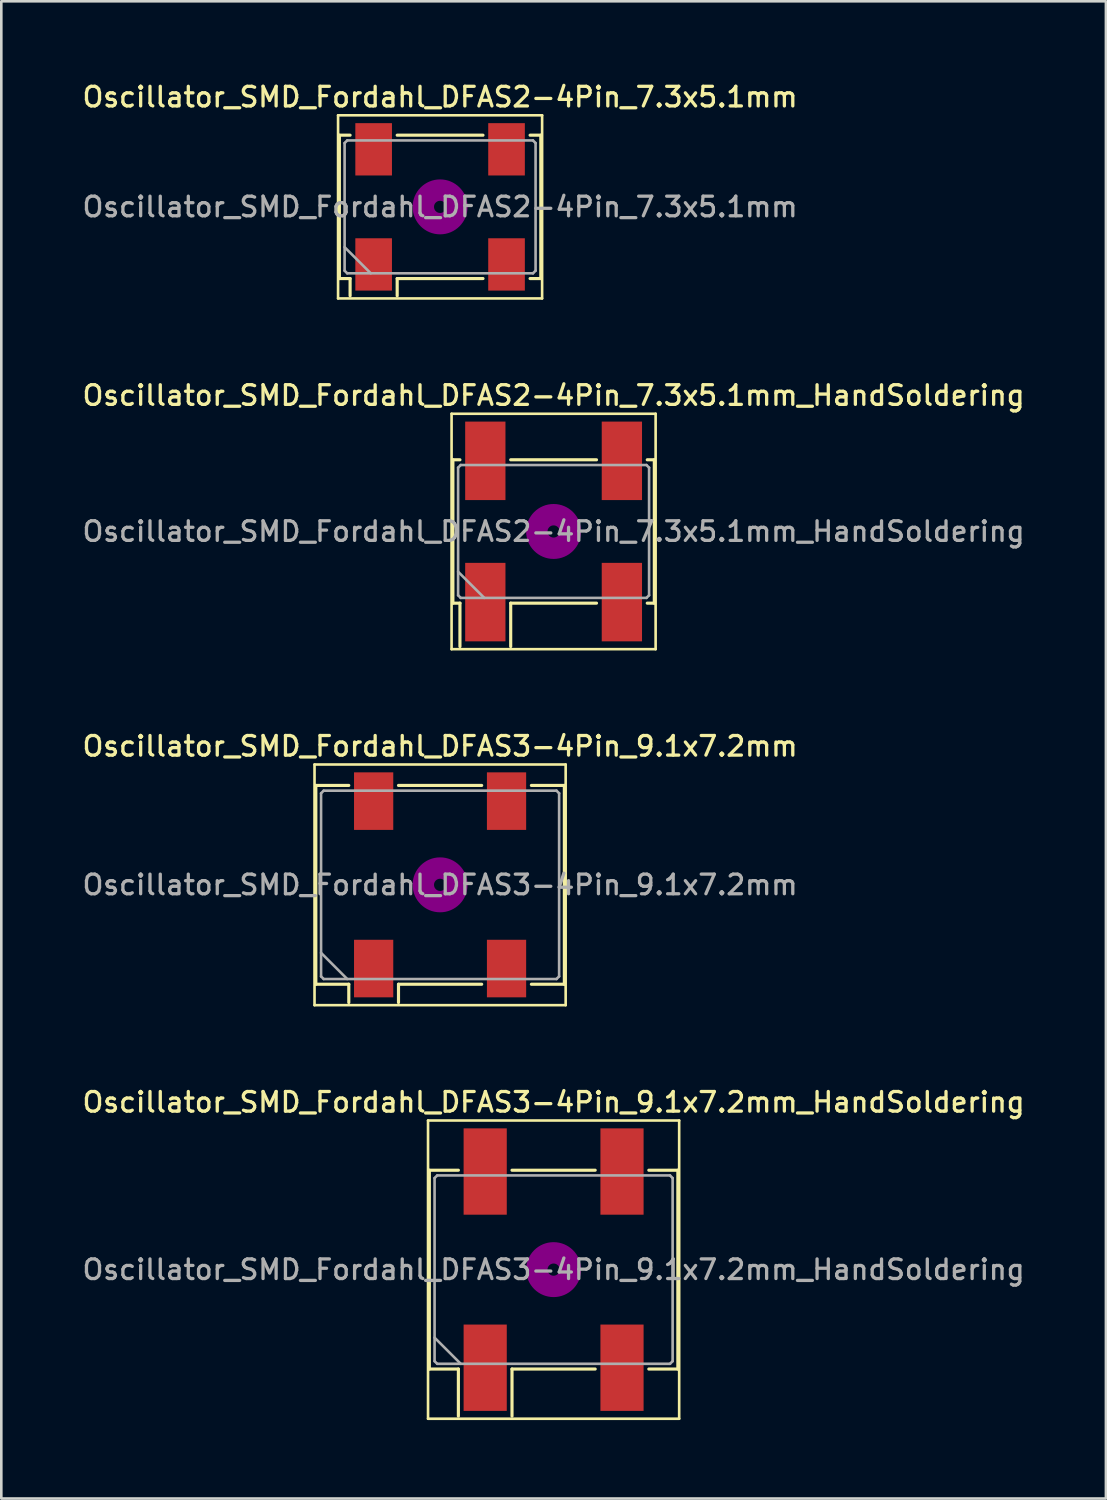
<source format=kicad_pcb>
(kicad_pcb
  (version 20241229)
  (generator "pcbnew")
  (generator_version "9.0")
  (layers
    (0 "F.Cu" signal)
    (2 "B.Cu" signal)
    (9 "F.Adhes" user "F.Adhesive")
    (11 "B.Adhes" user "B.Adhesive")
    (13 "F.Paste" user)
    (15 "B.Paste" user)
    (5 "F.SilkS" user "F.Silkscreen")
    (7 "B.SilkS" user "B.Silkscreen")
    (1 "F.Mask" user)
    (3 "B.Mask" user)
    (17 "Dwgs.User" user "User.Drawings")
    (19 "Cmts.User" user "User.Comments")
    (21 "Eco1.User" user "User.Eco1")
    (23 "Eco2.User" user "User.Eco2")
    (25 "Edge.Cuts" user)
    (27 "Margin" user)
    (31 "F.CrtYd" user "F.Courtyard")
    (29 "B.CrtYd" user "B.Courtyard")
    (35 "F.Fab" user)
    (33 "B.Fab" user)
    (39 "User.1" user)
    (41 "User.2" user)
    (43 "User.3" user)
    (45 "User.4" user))
  (footprint "Oscillator_SMD_Fordahl_DFAS2-4Pin_7.3x5.1mm_HandSoldering"
    (layer "F.Cu")
    (at 18.112 17.266)
    (property "Reference" "Oscillator_SMD_Fordahl_DFAS2-4Pin_7.3x5.1mm_HandSoldering" (at 0 -5.2 0) (layer "F.SilkS") (effects (font (size 0.75 0.75) (thickness 0.125))))
    (attr smd)
    (fp_line (start -3.9 -4.5) (end -3.9 4.5) (stroke (width 0.1) (type solid)) (layer "F.SilkS"))
    (fp_line (start -3.9 4.5) (end 3.9 4.5) (stroke (width 0.1) (type solid)) (layer "F.SilkS"))
    (fp_line (start -3.85 -2.74) (end -3.58 -2.74) (stroke (width 0.12) (type solid)) (layer "F.SilkS"))
    (fp_line (start -3.85 2.74) (end -3.85 -2.74) (stroke (width 0.12) (type solid)) (layer "F.SilkS"))
    (fp_line (start -3.58 2.74) (end -3.85 2.74) (stroke (width 0.12) (type solid)) (layer "F.SilkS"))
    (fp_line (start -3.58 4.4) (end -3.58 2.74) (stroke (width 0.12) (type solid)) (layer "F.SilkS"))
    (fp_line (start -1.64 -2.74) (end 1.64 -2.74) (stroke (width 0.12) (type solid)) (layer "F.SilkS"))
    (fp_line (start -1.64 2.74) (end -1.64 4.4) (stroke (width 0.12) (type solid)) (layer "F.SilkS"))
    (fp_line (start 1.64 2.74) (end -1.64 2.74) (stroke (width 0.12) (type solid)) (layer "F.SilkS"))
    (fp_line (start 3.58 -2.74) (end 3.85 -2.74) (stroke (width 0.12) (type solid)) (layer "F.SilkS"))
    (fp_line (start 3.85 -2.74) (end 3.85 2.74) (stroke (width 0.12) (type solid)) (layer "F.SilkS"))
    (fp_line (start 3.85 2.74) (end 3.58 2.74) (stroke (width 0.12) (type solid)) (layer "F.SilkS"))
    (fp_line (start 3.9 -4.5) (end -3.9 -4.5) (stroke (width 0.1) (type solid)) (layer "F.SilkS"))
    (fp_line (start 3.9 4.5) (end 3.9 -4.5) (stroke (width 0.1) (type solid)) (layer "F.SilkS"))
    (fp_circle (center 0 0) (end 0.233 0) (stroke (width 0.467) (type solid)) (fill no) (layer "F.Adhes"))
    (fp_circle (center 0 0) (end 0.533 0) (stroke (width 0.333) (type solid)) (fill no) (layer "F.Adhes"))
    (fp_circle (center 0 0) (end 0.833 0) (stroke (width 0.333) (type solid)) (fill no) (layer "F.Adhes"))
    (fp_circle (center 0 0) (end 1 0) (stroke (width 0.1) (type solid)) (fill no) (layer "F.Adhes"))
    (fp_line (start -3.65 -2.44) (end -3.55 -2.54) (stroke (width 0.1) (type solid)) (layer "F.Fab"))
    (fp_line (start -3.65 1.54) (end -2.65 2.54) (stroke (width 0.1) (type solid)) (layer "F.Fab"))
    (fp_line (start -3.65 2.44) (end -3.65 -2.44) (stroke (width 0.1) (type solid)) (layer "F.Fab"))
    (fp_line (start -3.55 -2.54) (end 3.55 -2.54) (stroke (width 0.1) (type solid)) (layer "F.Fab"))
    (fp_line (start -3.55 2.54) (end -3.65 2.44) (stroke (width 0.1) (type solid)) (layer "F.Fab"))
    (fp_line (start 3.55 -2.54) (end 3.65 -2.44) (stroke (width 0.1) (type solid)) (layer "F.Fab"))
    (fp_line (start 3.55 2.54) (end -3.55 2.54) (stroke (width 0.1) (type solid)) (layer "F.Fab"))
    (fp_line (start 3.65 -2.44) (end 3.65 2.44) (stroke (width 0.1) (type solid)) (layer "F.Fab"))
    (fp_line (start 3.65 2.44) (end 3.55 2.54) (stroke (width 0.1) (type solid)) (layer "F.Fab"))
    (fp_text user "${REFERENCE}" (at 0 0 0) (layer "F.Fab") (effects (font (size 0.75 0.75) (thickness 0.125))))
    (pad "1" smd rect (at -2.61 2.7) (size 1.54 3) (layers "F.Cu" "F.Mask" "F.Paste"))
    (pad "2" smd rect (at 2.61 2.7) (size 1.54 3) (layers "F.Cu" "F.Mask" "F.Paste"))
    (pad "3" smd rect (at 2.61 -2.7) (size 1.54 3) (layers "F.Cu" "F.Mask" "F.Paste"))
    (pad "4" smd rect (at -2.61 -2.7) (size 1.54 3) (layers "F.Cu" "F.Mask" "F.Paste")))
  (footprint "Oscillator_SMD_Fordahl_DFAS3-4Pin_9.1x7.2mm"
    (layer "F.Cu")
    (at 13.773 30.774)
    (property "Reference" "Oscillator_SMD_Fordahl_DFAS3-4Pin_9.1x7.2mm" (at 0 -5.3 0) (layer "F.SilkS") (effects (font (size 0.75 0.75) (thickness 0.125))))
    (attr smd)
    (fp_line (start -4.8 -4.6) (end -4.8 4.6) (stroke (width 0.1) (type solid)) (layer "F.SilkS"))
    (fp_line (start -4.8 4.6) (end 4.8 4.6) (stroke (width 0.1) (type solid)) (layer "F.SilkS"))
    (fp_line (start -4.75 -3.8) (end -3.49 -3.8) (stroke (width 0.12) (type solid)) (layer "F.SilkS"))
    (fp_line (start -4.75 3.8) (end -4.75 -3.8) (stroke (width 0.12) (type solid)) (layer "F.SilkS"))
    (fp_line (start -3.49 3.8) (end -4.75 3.8) (stroke (width 0.12) (type solid)) (layer "F.SilkS"))
    (fp_line (start -3.49 4.5) (end -3.49 3.8) (stroke (width 0.12) (type solid)) (layer "F.SilkS"))
    (fp_line (start -1.59 -3.8) (end 1.59 -3.8) (stroke (width 0.12) (type solid)) (layer "F.SilkS"))
    (fp_line (start -1.59 3.8) (end -1.59 4.5) (stroke (width 0.12) (type solid)) (layer "F.SilkS"))
    (fp_line (start 1.59 3.8) (end -1.59 3.8) (stroke (width 0.12) (type solid)) (layer "F.SilkS"))
    (fp_line (start 3.49 -3.8) (end 4.75 -3.8) (stroke (width 0.12) (type solid)) (layer "F.SilkS"))
    (fp_line (start 4.75 -3.8) (end 4.75 3.8) (stroke (width 0.12) (type solid)) (layer "F.SilkS"))
    (fp_line (start 4.75 3.8) (end 3.49 3.8) (stroke (width 0.12) (type solid)) (layer "F.SilkS"))
    (fp_line (start 4.8 -4.6) (end -4.8 -4.6) (stroke (width 0.1) (type solid)) (layer "F.SilkS"))
    (fp_line (start 4.8 4.6) (end 4.8 -4.6) (stroke (width 0.1) (type solid)) (layer "F.SilkS"))
    (fp_circle (center 0 0) (end 0.233 0) (stroke (width 0.467) (type solid)) (fill no) (layer "F.Adhes"))
    (fp_circle (center 0 0) (end 0.533 0) (stroke (width 0.333) (type solid)) (fill no) (layer "F.Adhes"))
    (fp_circle (center 0 0) (end 0.833 0) (stroke (width 0.333) (type solid)) (fill no) (layer "F.Adhes"))
    (fp_circle (center 0 0) (end 1 0) (stroke (width 0.1) (type solid)) (fill no) (layer "F.Adhes"))
    (fp_line (start -4.55 -3.5) (end -4.45 -3.6) (stroke (width 0.1) (type solid)) (layer "F.Fab"))
    (fp_line (start -4.55 2.6) (end -3.55 3.6) (stroke (width 0.1) (type solid)) (layer "F.Fab"))
    (fp_line (start -4.55 3.5) (end -4.55 -3.5) (stroke (width 0.1) (type solid)) (layer "F.Fab"))
    (fp_line (start -4.45 -3.6) (end 4.45 -3.6) (stroke (width 0.1) (type solid)) (layer "F.Fab"))
    (fp_line (start -4.45 3.6) (end -4.55 3.5) (stroke (width 0.1) (type solid)) (layer "F.Fab"))
    (fp_line (start 4.45 -3.6) (end 4.55 -3.5) (stroke (width 0.1) (type solid)) (layer "F.Fab"))
    (fp_line (start 4.45 3.6) (end -4.45 3.6) (stroke (width 0.1) (type solid)) (layer "F.Fab"))
    (fp_line (start 4.55 -3.5) (end 4.55 3.5) (stroke (width 0.1) (type solid)) (layer "F.Fab"))
    (fp_line (start 4.55 3.5) (end 4.45 3.6) (stroke (width 0.1) (type solid)) (layer "F.Fab"))
    (fp_text user "${REFERENCE}" (at 0 0 0) (layer "F.Fab") (effects (font (size 0.75 0.75) (thickness 0.125))))
    (pad "1" smd rect (at -2.54 3.2) (size 1.5 2.2) (layers "F.Cu" "F.Mask" "F.Paste"))
    (pad "2" smd rect (at 2.54 3.2) (size 1.5 2.2) (layers "F.Cu" "F.Mask" "F.Paste"))
    (pad "3" smd rect (at 2.54 -3.2) (size 1.5 2.2) (layers "F.Cu" "F.Mask" "F.Paste"))
    (pad "4" smd rect (at -2.54 -3.2) (size 1.5 2.2) (layers "F.Cu" "F.Mask" "F.Paste")))
  (footprint "Oscillator_SMD_Fordahl_DFAS2-4Pin_7.3x5.1mm"
    (layer "F.Cu")
    (at 13.773 4.858)
    (property "Reference" "Oscillator_SMD_Fordahl_DFAS2-4Pin_7.3x5.1mm" (at 0 -4.2 0) (layer "F.SilkS") (effects (font (size 0.75 0.75) (thickness 0.125))))
    (attr smd)
    (fp_line (start -3.9 -3.5) (end -3.9 3.5) (stroke (width 0.1) (type solid)) (layer "F.SilkS"))
    (fp_line (start -3.9 3.5) (end 3.9 3.5) (stroke (width 0.1) (type solid)) (layer "F.SilkS"))
    (fp_line (start -3.85 -2.74) (end -3.44 -2.74) (stroke (width 0.12) (type solid)) (layer "F.SilkS"))
    (fp_line (start -3.85 2.74) (end -3.85 -2.74) (stroke (width 0.12) (type solid)) (layer "F.SilkS"))
    (fp_line (start -3.44 2.74) (end -3.85 2.74) (stroke (width 0.12) (type solid)) (layer "F.SilkS"))
    (fp_line (start -3.44 3.4) (end -3.44 2.74) (stroke (width 0.12) (type solid)) (layer "F.SilkS"))
    (fp_line (start -1.64 -2.74) (end 1.64 -2.74) (stroke (width 0.12) (type solid)) (layer "F.SilkS"))
    (fp_line (start -1.64 2.74) (end -1.64 3.4) (stroke (width 0.12) (type solid)) (layer "F.SilkS"))
    (fp_line (start 1.64 2.74) (end -1.64 2.74) (stroke (width 0.12) (type solid)) (layer "F.SilkS"))
    (fp_line (start 3.44 -2.74) (end 3.85 -2.74) (stroke (width 0.12) (type solid)) (layer "F.SilkS"))
    (fp_line (start 3.85 -2.74) (end 3.85 2.74) (stroke (width 0.12) (type solid)) (layer "F.SilkS"))
    (fp_line (start 3.85 2.74) (end 3.44 2.74) (stroke (width 0.12) (type solid)) (layer "F.SilkS"))
    (fp_line (start 3.9 -3.5) (end -3.9 -3.5) (stroke (width 0.1) (type solid)) (layer "F.SilkS"))
    (fp_line (start 3.9 3.5) (end 3.9 -3.5) (stroke (width 0.1) (type solid)) (layer "F.SilkS"))
    (fp_circle (center 0 0) (end 0.233 0) (stroke (width 0.467) (type solid)) (fill no) (layer "F.Adhes"))
    (fp_circle (center 0 0) (end 0.533 0) (stroke (width 0.333) (type solid)) (fill no) (layer "F.Adhes"))
    (fp_circle (center 0 0) (end 0.833 0) (stroke (width 0.333) (type solid)) (fill no) (layer "F.Adhes"))
    (fp_circle (center 0 0) (end 1 0) (stroke (width 0.1) (type solid)) (fill no) (layer "F.Adhes"))
    (fp_line (start -3.65 -2.44) (end -3.55 -2.54) (stroke (width 0.1) (type solid)) (layer "F.Fab"))
    (fp_line (start -3.65 1.54) (end -2.65 2.54) (stroke (width 0.1) (type solid)) (layer "F.Fab"))
    (fp_line (start -3.65 2.44) (end -3.65 -2.44) (stroke (width 0.1) (type solid)) (layer "F.Fab"))
    (fp_line (start -3.55 -2.54) (end 3.55 -2.54) (stroke (width 0.1) (type solid)) (layer "F.Fab"))
    (fp_line (start -3.55 2.54) (end -3.65 2.44) (stroke (width 0.1) (type solid)) (layer "F.Fab"))
    (fp_line (start 3.55 -2.54) (end 3.65 -2.44) (stroke (width 0.1) (type solid)) (layer "F.Fab"))
    (fp_line (start 3.55 2.54) (end -3.55 2.54) (stroke (width 0.1) (type solid)) (layer "F.Fab"))
    (fp_line (start 3.65 -2.44) (end 3.65 2.44) (stroke (width 0.1) (type solid)) (layer "F.Fab"))
    (fp_line (start 3.65 2.44) (end 3.55 2.54) (stroke (width 0.1) (type solid)) (layer "F.Fab"))
    (fp_text user "${REFERENCE}" (at 0 0 0) (layer "F.Fab") (effects (font (size 0.75 0.75) (thickness 0.125))))
    (pad "1" smd rect (at -2.54 2.2) (size 1.4 2) (layers "F.Cu" "F.Mask" "F.Paste"))
    (pad "2" smd rect (at 2.54 2.2) (size 1.4 2) (layers "F.Cu" "F.Mask" "F.Paste"))
    (pad "3" smd rect (at 2.54 -2.2) (size 1.4 2) (layers "F.Cu" "F.Mask" "F.Paste"))
    (pad "4" smd rect (at -2.54 -2.2) (size 1.4 2) (layers "F.Cu" "F.Mask" "F.Paste")))
  (footprint "Oscillator_SMD_Fordahl_DFAS3-4Pin_9.1x7.2mm_HandSoldering"
    (layer "F.Cu")
    (at 18.112 45.483)
    (property "Reference" "Oscillator_SMD_Fordahl_DFAS3-4Pin_9.1x7.2mm_HandSoldering" (at 0 -6.4 0) (layer "F.SilkS") (effects (font (size 0.75 0.75) (thickness 0.125))))
    (attr smd)
    (fp_line (start -4.8 -5.7) (end -4.8 5.7) (stroke (width 0.1) (type solid)) (layer "F.SilkS"))
    (fp_line (start -4.8 5.7) (end 4.8 5.7) (stroke (width 0.1) (type solid)) (layer "F.SilkS"))
    (fp_line (start -4.75 -3.8) (end -3.64 -3.8) (stroke (width 0.12) (type solid)) (layer "F.SilkS"))
    (fp_line (start -4.75 3.8) (end -4.75 -3.8) (stroke (width 0.12) (type solid)) (layer "F.SilkS"))
    (fp_line (start -3.64 3.8) (end -4.75 3.8) (stroke (width 0.12) (type solid)) (layer "F.SilkS"))
    (fp_line (start -3.64 5.6) (end -3.64 3.8) (stroke (width 0.12) (type solid)) (layer "F.SilkS"))
    (fp_line (start -1.59 -3.8) (end 1.59 -3.8) (stroke (width 0.12) (type solid)) (layer "F.SilkS"))
    (fp_line (start -1.59 3.8) (end -1.59 5.6) (stroke (width 0.12) (type solid)) (layer "F.SilkS"))
    (fp_line (start 1.59 3.8) (end -1.59 3.8) (stroke (width 0.12) (type solid)) (layer "F.SilkS"))
    (fp_line (start 3.64 -3.8) (end 4.75 -3.8) (stroke (width 0.12) (type solid)) (layer "F.SilkS"))
    (fp_line (start 4.75 -3.8) (end 4.75 3.8) (stroke (width 0.12) (type solid)) (layer "F.SilkS"))
    (fp_line (start 4.75 3.8) (end 3.64 3.8) (stroke (width 0.12) (type solid)) (layer "F.SilkS"))
    (fp_line (start 4.8 -5.7) (end -4.8 -5.7) (stroke (width 0.1) (type solid)) (layer "F.SilkS"))
    (fp_line (start 4.8 5.7) (end 4.8 -5.7) (stroke (width 0.1) (type solid)) (layer "F.SilkS"))
    (fp_circle (center 0 0) (end 0.233 0) (stroke (width 0.467) (type solid)) (fill no) (layer "F.Adhes"))
    (fp_circle (center 0 0) (end 0.533 0) (stroke (width 0.333) (type solid)) (fill no) (layer "F.Adhes"))
    (fp_circle (center 0 0) (end 0.833 0) (stroke (width 0.333) (type solid)) (fill no) (layer "F.Adhes"))
    (fp_circle (center 0 0) (end 1 0) (stroke (width 0.1) (type solid)) (fill no) (layer "F.Adhes"))
    (fp_line (start -4.55 -3.5) (end -4.45 -3.6) (stroke (width 0.1) (type solid)) (layer "F.Fab"))
    (fp_line (start -4.55 2.6) (end -3.55 3.6) (stroke (width 0.1) (type solid)) (layer "F.Fab"))
    (fp_line (start -4.55 3.5) (end -4.55 -3.5) (stroke (width 0.1) (type solid)) (layer "F.Fab"))
    (fp_line (start -4.45 -3.6) (end 4.45 -3.6) (stroke (width 0.1) (type solid)) (layer "F.Fab"))
    (fp_line (start -4.45 3.6) (end -4.55 3.5) (stroke (width 0.1) (type solid)) (layer "F.Fab"))
    (fp_line (start 4.45 -3.6) (end 4.55 -3.5) (stroke (width 0.1) (type solid)) (layer "F.Fab"))
    (fp_line (start 4.45 3.6) (end -4.45 3.6) (stroke (width 0.1) (type solid)) (layer "F.Fab"))
    (fp_line (start 4.55 -3.5) (end 4.55 3.5) (stroke (width 0.1) (type solid)) (layer "F.Fab"))
    (fp_line (start 4.55 3.5) (end 4.45 3.6) (stroke (width 0.1) (type solid)) (layer "F.Fab"))
    (fp_text user "${REFERENCE}" (at 0 0 0) (layer "F.Fab") (effects (font (size 0.75 0.75) (thickness 0.125))))
    (pad "1" smd rect (at -2.615 3.75) (size 1.65 3.3) (layers "F.Cu" "F.Mask" "F.Paste"))
    (pad "2" smd rect (at 2.615 3.75) (size 1.65 3.3) (layers "F.Cu" "F.Mask" "F.Paste"))
    (pad "3" smd rect (at 2.615 -3.75) (size 1.65 3.3) (layers "F.Cu" "F.Mask" "F.Paste"))
    (pad "4" smd rect (at -2.615 -3.75) (size 1.65 3.3) (layers "F.Cu" "F.Mask" "F.Paste")))
  (gr_rect
    (start -3 -3)
    (end 39.225 54.233)
    (stroke (width 0.1) (type default))
    (fill no)
    (layer "Edge.Cuts")))
</source>
